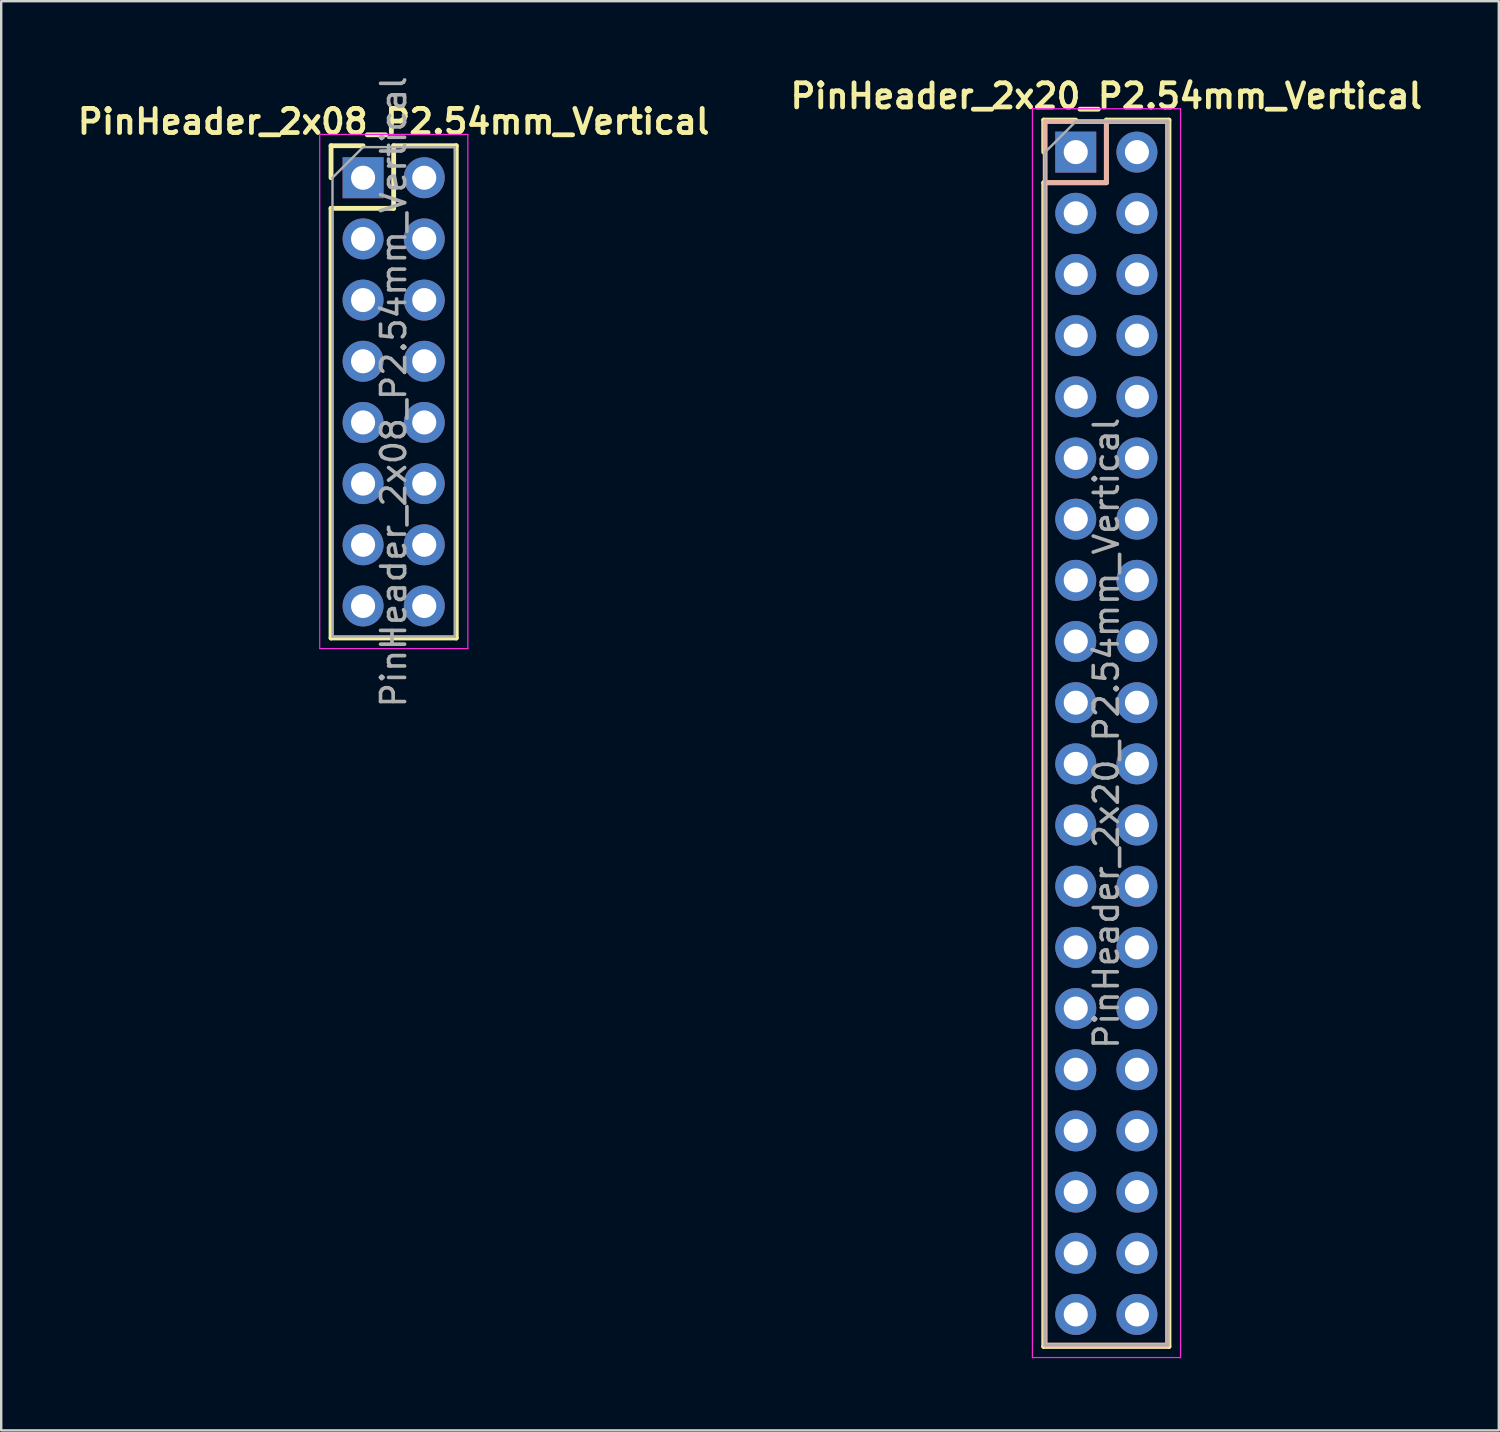
<source format=kicad_pcb>
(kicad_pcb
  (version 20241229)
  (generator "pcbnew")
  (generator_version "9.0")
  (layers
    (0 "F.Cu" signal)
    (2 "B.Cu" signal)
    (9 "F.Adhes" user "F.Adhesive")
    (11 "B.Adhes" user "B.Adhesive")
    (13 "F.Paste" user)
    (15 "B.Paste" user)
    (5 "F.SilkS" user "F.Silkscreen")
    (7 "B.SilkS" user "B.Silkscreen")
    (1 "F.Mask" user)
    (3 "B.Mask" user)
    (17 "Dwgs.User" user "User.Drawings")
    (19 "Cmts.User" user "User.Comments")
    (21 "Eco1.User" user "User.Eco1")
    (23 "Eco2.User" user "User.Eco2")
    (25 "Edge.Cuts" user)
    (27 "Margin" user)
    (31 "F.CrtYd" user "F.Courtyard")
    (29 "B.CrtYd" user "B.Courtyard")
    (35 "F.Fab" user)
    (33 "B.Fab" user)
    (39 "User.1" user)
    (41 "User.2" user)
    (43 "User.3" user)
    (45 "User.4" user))
  (footprint "PinHeader_2x20_P2.54mm_Vertical"
    (layer "F.Cu")
    (at 41.616 3.266)
    (property "Reference" "PinHeader_2x20_P2.54mm_Vertical" (at 1.27 -2.33 0) (layer "F.SilkS") (effects (font (size 1 1) (thickness 0.2))))
    (attr through_hole)
    (fp_line (start -1.33 -1.33) (end 0 -1.33) (stroke (width 0.2) (type solid)) (layer "F.SilkS"))
    (fp_line (start -1.33 0) (end -1.33 -1.33) (stroke (width 0.2) (type solid)) (layer "F.SilkS"))
    (fp_line (start -1.33 1.27) (end -1.33 49.59) (stroke (width 0.2) (type solid)) (layer "F.SilkS"))
    (fp_line (start -1.33 1.27) (end 1.27 1.27) (stroke (width 0.2) (type solid)) (layer "F.SilkS"))
    (fp_line (start -1.33 49.59) (end 3.87 49.59) (stroke (width 0.2) (type solid)) (layer "F.SilkS"))
    (fp_line (start 1.27 -1.33) (end 3.87 -1.33) (stroke (width 0.2) (type solid)) (layer "F.SilkS"))
    (fp_line (start 1.27 1.27) (end 1.27 -1.33) (stroke (width 0.2) (type solid)) (layer "F.SilkS"))
    (fp_line (start 3.87 -1.33) (end 3.87 49.59) (stroke (width 0.2) (type solid)) (layer "F.SilkS"))
    (fp_line (start -1.27 -1.27) (end 3.81 -1.27) (stroke (width 0.2) (type solid)) (layer "B.SilkS"))
    (fp_line (start -1.27 1.27) (end 1.27 1.27) (stroke (width 0.2) (type solid)) (layer "B.SilkS"))
    (fp_line (start -1.27 49.53) (end -1.27 -1.27) (stroke (width 0.2) (type solid)) (layer "B.SilkS"))
    (fp_line (start 1.27 1.27) (end 1.27 -1.27) (stroke (width 0.2) (type solid)) (layer "B.SilkS"))
    (fp_line (start 3.81 -1.27) (end 3.81 49.53) (stroke (width 0.2) (type solid)) (layer "B.SilkS"))
    (fp_line (start 3.81 49.53) (end -1.27 49.53) (stroke (width 0.2) (type solid)) (layer "B.SilkS"))
    (fp_line (start -1.8 -1.8) (end -1.8 50.05) (stroke (width 0.05) (type solid)) (layer "F.CrtYd"))
    (fp_line (start -1.8 50.05) (end 4.35 50.05) (stroke (width 0.05) (type solid)) (layer "F.CrtYd"))
    (fp_line (start 4.35 -1.8) (end -1.8 -1.8) (stroke (width 0.05) (type solid)) (layer "F.CrtYd"))
    (fp_line (start 4.35 50.05) (end 4.35 -1.8) (stroke (width 0.05) (type solid)) (layer "F.CrtYd"))
    (fp_line (start -1.27 0) (end 0 -1.27) (stroke (width 0.1) (type solid)) (layer "F.Fab"))
    (fp_line (start -1.27 49.53) (end -1.27 0) (stroke (width 0.1) (type solid)) (layer "F.Fab"))
    (fp_line (start 0 -1.27) (end 3.81 -1.27) (stroke (width 0.1) (type solid)) (layer "F.Fab"))
    (fp_line (start 3.81 -1.27) (end 3.81 49.53) (stroke (width 0.1) (type solid)) (layer "F.Fab"))
    (fp_line (start 3.81 49.53) (end -1.27 49.53) (stroke (width 0.1) (type solid)) (layer "F.Fab"))
    (fp_text user "${REFERENCE}" (at 1.27 24.13 90) (layer "F.Fab") (effects (font (size 1 1) (thickness 0.15))))
    (pad "1" thru_hole rect (at 0 0) (size 1.7 1.7) (drill 1) (layers "*.Cu" "*.Mask"))
    (pad "2" thru_hole oval (at 2.54 0) (size 1.7 1.7) (drill 1) (layers "*.Cu" "*.Mask"))
    (pad "3" thru_hole oval (at 0 2.54) (size 1.7 1.7) (drill 1) (layers "*.Cu" "*.Mask"))
    (pad "4" thru_hole oval (at 2.54 2.54) (size 1.7 1.7) (drill 1) (layers "*.Cu" "*.Mask"))
    (pad "5" thru_hole oval (at 0 5.08) (size 1.7 1.7) (drill 1) (layers "*.Cu" "*.Mask"))
    (pad "6" thru_hole oval (at 2.54 5.08) (size 1.7 1.7) (drill 1) (layers "*.Cu" "*.Mask"))
    (pad "7" thru_hole oval (at 0 7.62) (size 1.7 1.7) (drill 1) (layers "*.Cu" "*.Mask"))
    (pad "8" thru_hole oval (at 2.54 7.62) (size 1.7 1.7) (drill 1) (layers "*.Cu" "*.Mask"))
    (pad "9" thru_hole oval (at 0 10.16) (size 1.7 1.7) (drill 1) (layers "*.Cu" "*.Mask"))
    (pad "10" thru_hole oval (at 2.54 10.16) (size 1.7 1.7) (drill 1) (layers "*.Cu" "*.Mask"))
    (pad "11" thru_hole oval (at 0 12.7) (size 1.7 1.7) (drill 1) (layers "*.Cu" "*.Mask"))
    (pad "12" thru_hole oval (at 2.54 12.7) (size 1.7 1.7) (drill 1) (layers "*.Cu" "*.Mask"))
    (pad "13" thru_hole oval (at 0 15.24) (size 1.7 1.7) (drill 1) (layers "*.Cu" "*.Mask"))
    (pad "14" thru_hole oval (at 2.54 15.24) (size 1.7 1.7) (drill 1) (layers "*.Cu" "*.Mask"))
    (pad "15" thru_hole oval (at 0 17.78) (size 1.7 1.7) (drill 1) (layers "*.Cu" "*.Mask"))
    (pad "16" thru_hole oval (at 2.54 17.78) (size 1.7 1.7) (drill 1) (layers "*.Cu" "*.Mask"))
    (pad "17" thru_hole oval (at 0 20.32) (size 1.7 1.7) (drill 1) (layers "*.Cu" "*.Mask"))
    (pad "18" thru_hole oval (at 2.54 20.32) (size 1.7 1.7) (drill 1) (layers "*.Cu" "*.Mask"))
    (pad "19" thru_hole oval (at 0 22.86) (size 1.7 1.7) (drill 1) (layers "*.Cu" "*.Mask"))
    (pad "20" thru_hole oval (at 2.54 22.86) (size 1.7 1.7) (drill 1) (layers "*.Cu" "*.Mask"))
    (pad "21" thru_hole oval (at 0 25.4) (size 1.7 1.7) (drill 1) (layers "*.Cu" "*.Mask"))
    (pad "22" thru_hole oval (at 2.54 25.4) (size 1.7 1.7) (drill 1) (layers "*.Cu" "*.Mask"))
    (pad "23" thru_hole oval (at 0 27.94) (size 1.7 1.7) (drill 1) (layers "*.Cu" "*.Mask"))
    (pad "24" thru_hole oval (at 2.54 27.94) (size 1.7 1.7) (drill 1) (layers "*.Cu" "*.Mask"))
    (pad "25" thru_hole oval (at 0 30.48) (size 1.7 1.7) (drill 1) (layers "*.Cu" "*.Mask"))
    (pad "26" thru_hole oval (at 2.54 30.48) (size 1.7 1.7) (drill 1) (layers "*.Cu" "*.Mask"))
    (pad "27" thru_hole oval (at 0 33.02) (size 1.7 1.7) (drill 1) (layers "*.Cu" "*.Mask"))
    (pad "28" thru_hole oval (at 2.54 33.02) (size 1.7 1.7) (drill 1) (layers "*.Cu" "*.Mask"))
    (pad "29" thru_hole oval (at 0 35.56) (size 1.7 1.7) (drill 1) (layers "*.Cu" "*.Mask"))
    (pad "30" thru_hole oval (at 2.54 35.56) (size 1.7 1.7) (drill 1) (layers "*.Cu" "*.Mask"))
    (pad "31" thru_hole oval (at 0 38.1) (size 1.7 1.7) (drill 1) (layers "*.Cu" "*.Mask"))
    (pad "32" thru_hole oval (at 2.54 38.1) (size 1.7 1.7) (drill 1) (layers "*.Cu" "*.Mask"))
    (pad "33" thru_hole oval (at 0 40.64) (size 1.7 1.7) (drill 1) (layers "*.Cu" "*.Mask"))
    (pad "34" thru_hole oval (at 2.54 40.64) (size 1.7 1.7) (drill 1) (layers "*.Cu" "*.Mask"))
    (pad "35" thru_hole oval (at 0 43.18) (size 1.7 1.7) (drill 1) (layers "*.Cu" "*.Mask"))
    (pad "36" thru_hole oval (at 2.54 43.18) (size 1.7 1.7) (drill 1) (layers "*.Cu" "*.Mask"))
    (pad "37" thru_hole oval (at 0 45.72) (size 1.7 1.7) (drill 1) (layers "*.Cu" "*.Mask"))
    (pad "38" thru_hole oval (at 2.54 45.72) (size 1.7 1.7) (drill 1) (layers "*.Cu" "*.Mask"))
    (pad "39" thru_hole oval (at 0 48.26) (size 1.7 1.7) (drill 1) (layers "*.Cu" "*.Mask"))
    (pad "40" thru_hole oval (at 2.54 48.26) (size 1.7 1.7) (drill 1) (layers "*.Cu" "*.Mask")))
  (footprint "PinHeader_2x08_P2.54mm_Vertical"
    (layer "F.Cu")
    (at 12.025 4.33)
    (property "Reference" "PinHeader_2x08_P2.54mm_Vertical" (at 1.27 -2.33 0) (layer "F.SilkS") (effects (font (size 1 1) (thickness 0.2))))
    (attr through_hole)
    (fp_line (start -1.33 -1.33) (end 0 -1.33) (stroke (width 0.2) (type solid)) (layer "F.SilkS"))
    (fp_line (start -1.33 0) (end -1.33 -1.33) (stroke (width 0.2) (type solid)) (layer "F.SilkS"))
    (fp_line (start -1.33 1.27) (end -1.33 19.11) (stroke (width 0.2) (type solid)) (layer "F.SilkS"))
    (fp_line (start -1.33 1.27) (end 1.27 1.27) (stroke (width 0.2) (type solid)) (layer "F.SilkS"))
    (fp_line (start -1.33 19.11) (end 3.87 19.11) (stroke (width 0.2) (type solid)) (layer "F.SilkS"))
    (fp_line (start 1.27 -1.33) (end 3.87 -1.33) (stroke (width 0.2) (type solid)) (layer "F.SilkS"))
    (fp_line (start 1.27 1.27) (end 1.27 -1.33) (stroke (width 0.2) (type solid)) (layer "F.SilkS"))
    (fp_line (start 3.87 -1.33) (end 3.87 19.11) (stroke (width 0.2) (type solid)) (layer "F.SilkS"))
    (fp_line (start -1.8 -1.8) (end -1.8 19.55) (stroke (width 0.05) (type solid)) (layer "F.CrtYd"))
    (fp_line (start -1.8 19.55) (end 4.35 19.55) (stroke (width 0.05) (type solid)) (layer "F.CrtYd"))
    (fp_line (start 4.35 -1.8) (end -1.8 -1.8) (stroke (width 0.05) (type solid)) (layer "F.CrtYd"))
    (fp_line (start 4.35 19.55) (end 4.35 -1.8) (stroke (width 0.05) (type solid)) (layer "F.CrtYd"))
    (fp_line (start -1.27 0) (end 0 -1.27) (stroke (width 0.1) (type solid)) (layer "F.Fab"))
    (fp_line (start -1.27 19.05) (end -1.27 0) (stroke (width 0.1) (type solid)) (layer "F.Fab"))
    (fp_line (start 0 -1.27) (end 3.81 -1.27) (stroke (width 0.1) (type solid)) (layer "F.Fab"))
    (fp_line (start 3.81 -1.27) (end 3.81 19.05) (stroke (width 0.1) (type solid)) (layer "F.Fab"))
    (fp_line (start 3.81 19.05) (end -1.27 19.05) (stroke (width 0.1) (type solid)) (layer "F.Fab"))
    (fp_text user "${REFERENCE}" (at 1.27 8.89 90) (layer "F.Fab") (effects (font (size 1 1) (thickness 0.15))))
    (pad "1" thru_hole rect (at 0 0) (size 1.7 1.7) (drill 1) (layers "*.Cu" "*.Mask"))
    (pad "2" thru_hole oval (at 2.54 0) (size 1.7 1.7) (drill 1) (layers "*.Cu" "*.Mask"))
    (pad "3" thru_hole oval (at 0 2.54) (size 1.7 1.7) (drill 1) (layers "*.Cu" "*.Mask"))
    (pad "4" thru_hole oval (at 2.54 2.54) (size 1.7 1.7) (drill 1) (layers "*.Cu" "*.Mask"))
    (pad "5" thru_hole oval (at 0 5.08) (size 1.7 1.7) (drill 1) (layers "*.Cu" "*.Mask"))
    (pad "6" thru_hole oval (at 2.54 5.08) (size 1.7 1.7) (drill 1) (layers "*.Cu" "*.Mask"))
    (pad "7" thru_hole oval (at 0 7.62) (size 1.7 1.7) (drill 1) (layers "*.Cu" "*.Mask"))
    (pad "8" thru_hole oval (at 2.54 7.62) (size 1.7 1.7) (drill 1) (layers "*.Cu" "*.Mask"))
    (pad "9" thru_hole oval (at 0 10.16) (size 1.7 1.7) (drill 1) (layers "*.Cu" "*.Mask"))
    (pad "10" thru_hole oval (at 2.54 10.16) (size 1.7 1.7) (drill 1) (layers "*.Cu" "*.Mask"))
    (pad "11" thru_hole oval (at 0 12.7) (size 1.7 1.7) (drill 1) (layers "*.Cu" "*.Mask"))
    (pad "12" thru_hole oval (at 2.54 12.7) (size 1.7 1.7) (drill 1) (layers "*.Cu" "*.Mask"))
    (pad "13" thru_hole oval (at 0 15.24) (size 1.7 1.7) (drill 1) (layers "*.Cu" "*.Mask"))
    (pad "14" thru_hole oval (at 2.54 15.24) (size 1.7 1.7) (drill 1) (layers "*.Cu" "*.Mask"))
    (pad "15" thru_hole oval (at 0 17.78) (size 1.7 1.7) (drill 1) (layers "*.Cu" "*.Mask"))
    (pad "16" thru_hole oval (at 2.54 17.78) (size 1.7 1.7) (drill 1) (layers "*.Cu" "*.Mask")))
  (gr_rect
    (start -3 -3)
    (end 59.181 56.341)
    (stroke (width 0.1) (type default))
    (fill no)
    (layer "Edge.Cuts")))
</source>
